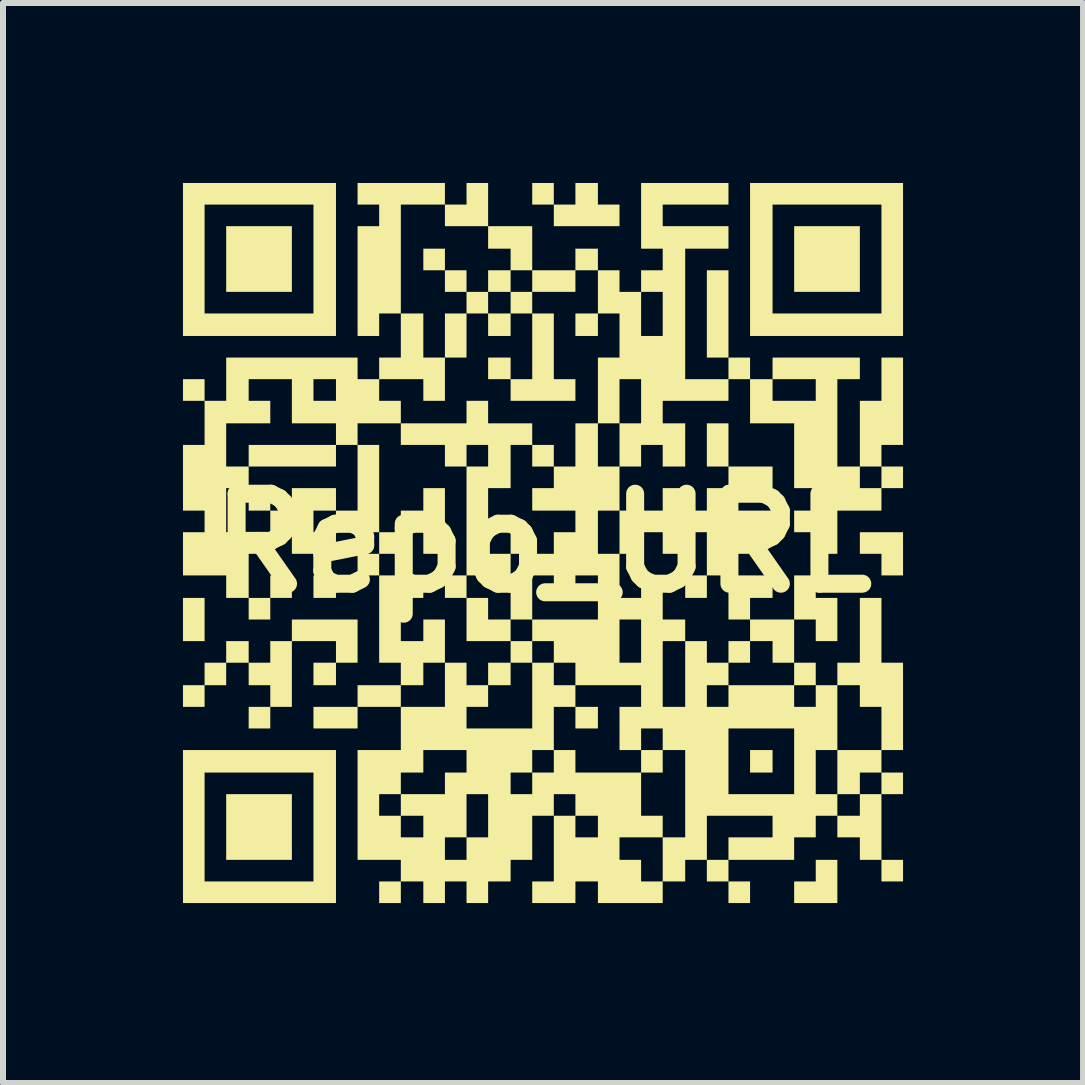
<source format=kicad_pcb>
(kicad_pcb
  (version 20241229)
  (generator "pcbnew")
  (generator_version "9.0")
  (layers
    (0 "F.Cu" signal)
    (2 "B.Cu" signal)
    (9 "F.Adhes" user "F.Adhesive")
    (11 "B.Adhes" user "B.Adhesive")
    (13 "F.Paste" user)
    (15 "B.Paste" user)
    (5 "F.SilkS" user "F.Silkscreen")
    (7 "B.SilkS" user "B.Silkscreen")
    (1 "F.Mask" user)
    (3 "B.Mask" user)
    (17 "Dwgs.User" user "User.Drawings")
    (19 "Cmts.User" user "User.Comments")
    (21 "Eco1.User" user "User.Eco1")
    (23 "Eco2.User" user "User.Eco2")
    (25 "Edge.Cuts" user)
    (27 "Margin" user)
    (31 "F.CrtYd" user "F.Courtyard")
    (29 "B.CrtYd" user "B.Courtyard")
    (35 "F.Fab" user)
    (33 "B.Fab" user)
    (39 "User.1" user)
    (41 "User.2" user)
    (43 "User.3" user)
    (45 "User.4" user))
  (footprint "Repo_URL"
    (layer "F.Cu")
    (at 6.001 6.001)
    (property "Reference" "Repo_URL" (at 0 0 0) (layer "F.SilkS") (effects (font (size 1.5 1.5) (thickness 0.3))))
    (attr board_only exclude_from_pos_files exclude_from_bom)
    (fp_poly (pts (xy -5.641 1.275) (xy -5.641 1.635) (xy -5.821 1.635) (xy -6.001 1.635) (xy -6.001 1.275) (xy -6.001 0.915) (xy -5.821 0.915) (xy -5.641 0.915)) (stroke (width 0) (type solid)) (fill yes) (layer "F.SilkS"))
    (fp_poly (pts (xy -4.546 -0.728) (xy -4.546 -0.54) (xy -4.726 -0.54) (xy -4.906 -0.54) (xy -4.906 -0.728) (xy -4.906 -0.915) (xy -4.726 -0.915) (xy -4.546 -0.915)) (stroke (width 0) (type solid)) (fill yes) (layer "F.SilkS"))
    (fp_poly (pts (xy -4.186 -4.733) (xy -4.186 -4.186) (xy -4.733 -4.186) (xy -5.281 -4.186) (xy -5.281 -4.733) (xy -5.281 -5.281) (xy -4.733 -5.281) (xy -4.186 -5.281)) (stroke (width 0) (type solid)) (fill yes) (layer "F.SilkS"))
    (fp_poly (pts (xy -4.186 4.733) (xy -4.186 5.281) (xy -4.733 5.281) (xy -5.281 5.281) (xy -5.281 4.733) (xy -5.281 4.186) (xy -4.733 4.186) (xy -4.186 4.186)) (stroke (width 0) (type solid)) (fill yes) (layer "F.SilkS"))
    (fp_poly (pts (xy -3.451 -1.455) (xy -3.451 -1.275) (xy -4.178 -1.275) (xy -4.906 -1.275) (xy -4.906 -1.455) (xy -4.906 -1.635) (xy -4.178 -1.635) (xy -3.451 -1.635)) (stroke (width 0) (type solid)) (fill yes) (layer "F.SilkS"))
    (fp_poly (pts (xy -3.451 0.728) (xy -3.451 0.915) (xy -3.638 0.915) (xy -3.826 0.915) (xy -3.826 0.728) (xy -3.826 0.54) (xy -3.638 0.54) (xy -3.451 0.54)) (stroke (width 0) (type solid)) (fill yes) (layer "F.SilkS"))
    (fp_poly (pts (xy -1.635 -4.726) (xy -1.635 -4.546) (xy -1.815 -4.546) (xy -1.995 -4.546) (xy -1.995 -4.726) (xy -1.995 -4.906) (xy -1.815 -4.906) (xy -1.635 -4.906)) (stroke (width 0) (type solid)) (fill yes) (layer "F.SilkS"))
    (fp_poly (pts (xy 0.18 -1.455) (xy 0.18 -1.275) (xy 0 -1.275) (xy -0.18 -1.275) (xy -0.18 -1.455) (xy -0.18 -1.635) (xy 0 -1.635) (xy 0.18 -1.635)) (stroke (width 0) (type solid)) (fill yes) (layer "F.SilkS"))
    (fp_poly (pts (xy 0.915 -3.638) (xy 0.915 -3.451) (xy 0.728 -3.451) (xy 0.54 -3.451) (xy 0.54 -3.638) (xy 0.54 -3.826) (xy 0.728 -3.826) (xy 0.915 -3.826)) (stroke (width 0) (type solid)) (fill yes) (layer "F.SilkS"))
    (fp_poly (pts (xy 0.915 2.911) (xy 0.915 3.091) (xy 0.728 3.091) (xy 0.54 3.091) (xy 0.54 2.911) (xy 0.54 2.731) (xy 0.728 2.731) (xy 0.915 2.731)) (stroke (width 0) (type solid)) (fill yes) (layer "F.SilkS"))
    (fp_poly (pts (xy 1.995 3.638) (xy 1.995 3.826) (xy 1.815 3.826) (xy 1.635 3.826) (xy 1.635 3.638) (xy 1.635 3.451) (xy 1.815 3.451) (xy 1.995 3.451)) (stroke (width 0) (type solid)) (fill yes) (layer "F.SilkS"))
    (fp_poly (pts (xy 2.731 0.728) (xy 2.731 0.915) (xy 2.551 0.915) (xy 2.37 0.915) (xy 2.37 0.728) (xy 2.37 0.54) (xy 2.551 0.54) (xy 2.731 0.54)) (stroke (width 0) (type solid)) (fill yes) (layer "F.SilkS"))
    (fp_poly (pts (xy 3.091 -3.818) (xy 3.091 -3.091) (xy 2.911 -3.091) (xy 2.731 -3.091) (xy 2.731 -3.818) (xy 2.731 -4.546) (xy 2.911 -4.546) (xy 3.091 -4.546)) (stroke (width 0) (type solid)) (fill yes) (layer "F.SilkS"))
    (fp_poly (pts (xy 3.091 -1.635) (xy 3.091 -1.275) (xy 2.911 -1.275) (xy 2.731 -1.275) (xy 2.731 -1.635) (xy 2.731 -1.995) (xy 2.911 -1.995) (xy 3.091 -1.995)) (stroke (width 0) (type solid)) (fill yes) (layer "F.SilkS"))
    (fp_poly (pts (xy 3.451 1.815) (xy 3.451 1.995) (xy 3.271 1.995) (xy 3.091 1.995) (xy 3.091 1.815) (xy 3.091 1.635) (xy 3.271 1.635) (xy 3.451 1.635)) (stroke (width 0) (type solid)) (fill yes) (layer "F.SilkS"))
    (fp_poly (pts (xy 3.451 5.821) (xy 3.451 6.001) (xy 3.271 6.001) (xy 3.091 6.001) (xy 3.091 5.821) (xy 3.091 5.641) (xy 3.271 5.641) (xy 3.451 5.641)) (stroke (width 0) (type solid)) (fill yes) (layer "F.SilkS"))
    (fp_poly (pts (xy 3.826 3.638) (xy 3.826 3.826) (xy 3.638 3.826) (xy 3.451 3.826) (xy 3.451 3.638) (xy 3.451 3.451) (xy 3.638 3.451) (xy 3.826 3.451)) (stroke (width 0) (type solid)) (fill yes) (layer "F.SilkS"))
    (fp_poly (pts (xy 5.281 -4.733) (xy 5.281 -4.186) (xy 4.733 -4.186) (xy 4.186 -4.186) (xy 4.186 -4.733) (xy 4.186 -5.281) (xy 4.733 -5.281) (xy 5.281 -5.281)) (stroke (width 0) (type solid)) (fill yes) (layer "F.SilkS"))
    (fp_poly (pts (xy 6.001 5.461) (xy 6.001 5.641) (xy 5.821 5.641) (xy 5.641 5.641) (xy 5.641 5.461) (xy 5.641 5.281) (xy 5.821 5.281) (xy 6.001 5.281)) (stroke (width 0) (type solid)) (fill yes) (layer "F.SilkS"))
    (fp_poly (pts (xy 4.906 5.641) (xy 4.906 6.001) (xy 4.546 6.001) (xy 4.186 6.001) (xy 4.186 5.821) (xy 4.186 5.641) (xy 4.366 5.641) (xy 4.546 5.641) (xy 4.546 5.461) (xy 4.546 5.281) (xy 4.726 5.281) (xy 4.906 5.281)) (stroke (width 0) (type solid)) (fill yes) (layer "F.SilkS"))
    (fp_poly (pts (xy 6.001 0.18) (xy 6.001 0.54) (xy 5.821 0.54) (xy 5.641 0.54) (xy 5.641 0.36) (xy 5.641 0.18) (xy 5.461 0.18) (xy 5.281 0.18) (xy 5.281 0) (xy 5.281 -0.18) (xy 5.641 -0.18) (xy 6.001 -0.18)) (stroke (width 0) (type solid)) (fill yes) (layer "F.SilkS"))
    (fp_poly (pts (xy -2.37 0) (xy -2.37 0.18) (xy -2.551 0.18) (xy -2.731 0.18) (xy -2.731 0.36) (xy -2.731 0.54) (xy -2.911 0.54) (xy -3.091 0.54) (xy -3.091 0.36) (xy -3.091 0.18) (xy -2.911 0.18) (xy -2.731 0.18) (xy -2.731 0) (xy -2.731 -0.18) (xy -2.551 -0.18) (xy -2.37 -0.18)) (stroke (width 0) (type solid)) (fill yes) (layer "F.SilkS"))
    (fp_poly (pts (xy -1.635 -0.368) (xy -1.635 0.18) (xy -1.815 0.18) (xy -1.995 0.18) (xy -1.995 0) (xy -1.995 -0.18) (xy -2.183 -0.18) (xy -2.37 -0.18) (xy -2.37 -0.36) (xy -2.37 -0.54) (xy -2.183 -0.54) (xy -1.995 -0.54) (xy -1.995 -0.728) (xy -1.995 -0.915) (xy -1.815 -0.915) (xy -1.635 -0.915)) (stroke (width 0) (type solid)) (fill yes) (layer "F.SilkS"))
    (fp_poly (pts (xy -0.18 1.815) (xy -0.18 1.995) (xy -0.36 1.995) (xy -0.54 1.995) (xy -0.54 2.183) (xy -0.54 2.37) (xy -0.728 2.37) (xy -0.915 2.37) (xy -0.915 2.183) (xy -0.915 1.995) (xy -0.728 1.995) (xy -0.54 1.995) (xy -0.54 1.815) (xy -0.54 1.635) (xy -0.36 1.635) (xy -0.18 1.635)) (stroke (width 0) (type solid)) (fill yes) (layer "F.SilkS"))
    (fp_poly (pts (xy -3.451 -4.726) (xy -3.451 -3.451) (xy -4.726 -3.451) (xy -6.001 -3.451) (xy -6.001 -4.726) (xy -6.001 -4.733) (xy -5.641 -4.733) (xy -5.641 -3.826) (xy -4.733 -3.826) (xy -3.826 -3.826) (xy -3.826 -4.733) (xy -3.826 -5.641) (xy -4.733 -5.641) (xy -5.641 -5.641) (xy -5.641 -4.733) (xy -6.001 -4.733) (xy -6.001 -6.001) (xy -4.726 -6.001) (xy -3.451 -6.001)) (stroke (width 0) (type solid)) (fill yes) (layer "F.SilkS"))
    (fp_poly (pts (xy -3.451 4.726) (xy -3.451 6.001) (xy -4.726 6.001) (xy -6.001 6.001) (xy -6.001 4.733) (xy -5.641 4.733) (xy -5.641 5.641) (xy -4.733 5.641) (xy -3.826 5.641) (xy -3.826 4.733) (xy -3.826 3.826) (xy -4.733 3.826) (xy -5.641 3.826) (xy -5.641 4.733) (xy -6.001 4.733) (xy -6.001 4.726) (xy -6.001 3.451) (xy -4.726 3.451) (xy -3.451 3.451)) (stroke (width 0) (type solid)) (fill yes) (layer "F.SilkS"))
    (fp_poly (pts (xy 6.001 -4.726) (xy 6.001 -3.451) (xy 4.726 -3.451) (xy 3.451 -3.451) (xy 3.451 -4.726) (xy 3.451 -4.733) (xy 3.826 -4.733) (xy 3.826 -3.826) (xy 4.733 -3.826) (xy 5.641 -3.826) (xy 5.641 -4.733) (xy 5.641 -5.641) (xy 4.733 -5.641) (xy 3.826 -5.641) (xy 3.826 -4.733) (xy 3.451 -4.733) (xy 3.451 -6.001) (xy 4.726 -6.001) (xy 6.001 -6.001)) (stroke (width 0) (type solid)) (fill yes) (layer "F.SilkS"))
    (fp_poly (pts (xy -0.18 0.908) (xy -0.18 1.275) (xy -0.36 1.275) (xy -0.54 1.275) (xy -0.54 1.455) (xy -0.54 1.635) (xy -0.908 1.635) (xy -1.275 1.635) (xy -1.275 1.275) (xy -1.275 0.915) (xy -1.095 0.915) (xy -0.915 0.915) (xy -0.915 1.095) (xy -0.915 1.275) (xy -0.728 1.275) (xy -0.54 1.275) (xy -0.54 0.908) (xy -0.54 0.54) (xy -0.36 0.54) (xy -0.18 0.54)) (stroke (width 0) (type solid)) (fill yes) (layer "F.SilkS"))
    (fp_poly (pts (xy 0.18 -5.821) (xy 0.18 -5.641) (xy 0.36 -5.641) (xy 0.54 -5.641) (xy 0.54 -5.821) (xy 0.54 -6.001) (xy 0.728 -6.001) (xy 0.915 -6.001) (xy 0.915 -5.821) (xy 0.915 -5.641) (xy 1.095 -5.641) (xy 1.275 -5.641) (xy 1.275 -5.461) (xy 1.275 -5.281) (xy 0.728 -5.281) (xy 0.18 -5.281) (xy 0.18 -5.461) (xy 0.18 -5.641) (xy 0 -5.641) (xy -0.18 -5.641) (xy -0.18 -5.821) (xy -0.18 -6.001) (xy 0 -6.001) (xy 0.18 -6.001)) (stroke (width 0) (type solid)) (fill yes) (layer "F.SilkS"))
    (fp_poly (pts (xy 0.18 -3.278) (xy 0.18 -2.731) (xy 0.36 -2.731) (xy 0.54 -2.731) (xy 0.54 -2.551) (xy 0.54 -2.37) (xy 0 -2.37) (xy -0.54 -2.37) (xy -0.54 -2.551) (xy -0.54 -2.731) (xy -0.728 -2.731) (xy -0.915 -2.731) (xy -0.915 -2.911) (xy -0.915 -3.091) (xy -0.728 -3.091) (xy -0.54 -3.091) (xy -0.54 -2.911) (xy -0.54 -2.731) (xy -0.36 -2.731) (xy -0.18 -2.731) (xy -0.18 -3.278) (xy -0.18 -3.826) (xy 0 -3.826) (xy 0.18 -3.826)) (stroke (width 0) (type solid)) (fill yes) (layer "F.SilkS"))
    (fp_poly (pts (xy -0.18 -4.913) (xy -0.18 -4.546) (xy 0.18 -4.546) (xy 0.54 -4.546) (xy 0.54 -4.726) (xy 0.54 -4.906) (xy 0.728 -4.906) (xy 0.915 -4.906) (xy 0.915 -4.726) (xy 0.915 -4.546) (xy 0.728 -4.546) (xy 0.54 -4.546) (xy 0.54 -4.366) (xy 0.54 -4.186) (xy 0.18 -4.186) (xy -0.18 -4.186) (xy -0.18 -4.366) (xy -0.18 -4.546) (xy -0.36 -4.546) (xy -0.54 -4.546) (xy -0.54 -4.726) (xy -0.54 -4.906) (xy -0.728 -4.906) (xy -0.915 -4.906) (xy -0.915 -5.094) (xy -0.915 -5.281) (xy -0.548 -5.281) (xy -0.18 -5.281)) (stroke (width 0) (type solid)) (fill yes) (layer "F.SilkS"))
    (fp_poly (pts (xy -1.635 -5.821) (xy -1.635 -5.641) (xy -1.455 -5.641) (xy -1.275 -5.641) (xy -1.275 -5.821) (xy -1.275 -6.001) (xy -1.095 -6.001) (xy -0.915 -6.001) (xy -0.915 -5.641) (xy -0.915 -5.281) (xy -1.275 -5.281) (xy -1.635 -5.281) (xy -1.635 -5.461) (xy -1.635 -5.641) (xy -2.003 -5.641) (xy -2.37 -5.641) (xy -2.37 -4.733) (xy -2.37 -3.826) (xy -2.551 -3.826) (xy -2.731 -3.826) (xy -2.731 -3.638) (xy -2.731 -3.451) (xy -2.911 -3.451) (xy -3.091 -3.451) (xy -3.091 -4.366) (xy -3.091 -5.281) (xy -2.911 -5.281) (xy -2.731 -5.281) (xy -2.731 -5.461) (xy -2.731 -5.641) (xy -2.911 -5.641) (xy -3.091 -5.641) (xy -3.091 -5.821) (xy -3.091 -6.001) (xy -2.363 -6.001) (xy -1.635 -6.001)) (stroke (width 0) (type solid)) (fill yes) (layer "F.SilkS"))
    (fp_poly (pts (xy 3.826 0.728) (xy 3.826 0.915) (xy 3.638 0.915) (xy 3.451 0.915) (xy 3.451 1.095) (xy 3.451 1.275) (xy 3.818 1.275) (xy 4.186 1.275) (xy 4.186 0.908) (xy 4.186 0.54) (xy 4.366 0.54) (xy 4.546 0.54) (xy 4.546 0.728) (xy 4.546 0.915) (xy 4.726 0.915) (xy 4.906 0.915) (xy 4.906 1.275) (xy 4.906 1.635) (xy 4.726 1.635) (xy 4.546 1.635) (xy 4.546 1.455) (xy 4.546 1.275) (xy 4.366 1.275) (xy 4.186 1.275) (xy 4.186 1.635) (xy 4.186 1.995) (xy 4.006 1.995) (xy 3.826 1.995) (xy 3.826 1.815) (xy 3.826 1.635) (xy 3.638 1.635) (xy 3.451 1.635) (xy 3.451 1.455) (xy 3.451 1.275) (xy 3.271 1.275) (xy 3.091 1.275) (xy 3.091 0.908) (xy 3.091 0.54) (xy 3.458 0.54) (xy 3.826 0.54)) (stroke (width 0) (type solid)) (fill yes) (layer "F.SilkS"))
    (fp_poly (pts (xy -1.275 -4.366) (xy -1.275 -4.186) (xy -1.095 -4.186) (xy -0.915 -4.186) (xy -0.915 -4.366) (xy -0.915 -4.546) (xy -0.728 -4.546) (xy -0.54 -4.546) (xy -0.54 -4.366) (xy -0.54 -4.186) (xy -0.728 -4.186) (xy -0.915 -4.186) (xy -0.915 -4.006) (xy -0.915 -3.826) (xy -0.728 -3.826) (xy -0.54 -3.826) (xy -0.54 -4.006) (xy -0.54 -4.186) (xy -0.36 -4.186) (xy -0.18 -4.186) (xy -0.18 -4.006) (xy -0.18 -3.826) (xy -0.36 -3.826) (xy -0.54 -3.826) (xy -0.54 -3.638) (xy -0.54 -3.451) (xy -0.728 -3.451) (xy -0.915 -3.451) (xy -0.915 -3.638) (xy -0.915 -3.826) (xy -1.095 -3.826) (xy -1.275 -3.826) (xy -1.275 -3.458) (xy -1.275 -3.091) (xy -1.455 -3.091) (xy -1.635 -3.091) (xy -1.635 -3.458) (xy -1.635 -3.826) (xy -1.455 -3.826) (xy -1.275 -3.826) (xy -1.275 -4.006) (xy -1.275 -4.186) (xy -1.455 -4.186) (xy -1.635 -4.186) (xy -1.635 -4.366) (xy -1.635 -4.546) (xy -1.455 -4.546) (xy -1.275 -4.546)) (stroke (width 0) (type solid)) (fill yes) (layer "F.SilkS"))
    (fp_poly (pts (xy -0.915 -2.183) (xy -0.915 -1.995) (xy -0.548 -1.995) (xy -0.18 -1.995) (xy -0.18 -1.815) (xy -0.18 -1.635) (xy -0.36 -1.635) (xy -0.54 -1.635) (xy -0.54 -1.275) (xy -0.54 -0.915) (xy -0.728 -0.915) (xy -0.915 -0.915) (xy -0.915 -0.368) (xy -0.915 0.18) (xy -0.728 0.18) (xy -0.54 0.18) (xy -0.54 0) (xy -0.54 -0.18) (xy -0.36 -0.18) (xy -0.18 -0.18) (xy -0.18 0) (xy -0.18 0.18) (xy -0.36 0.18) (xy -0.54 0.18) (xy -0.54 0.36) (xy -0.54 0.54) (xy -0.908 0.54) (xy -1.275 0.54) (xy -1.275 0.728) (xy -1.275 0.915) (xy -1.455 0.915) (xy -1.635 0.915) (xy -1.635 0.728) (xy -1.635 0.54) (xy -1.455 0.54) (xy -1.275 0.54) (xy -1.275 -0.368) (xy -1.275 -1.275) (xy -1.455 -1.275) (xy -1.635 -1.275) (xy -1.635 -1.455) (xy -1.275 -1.455) (xy -1.275 -1.275) (xy -1.095 -1.275) (xy -0.915 -1.275) (xy -0.915 -1.455) (xy -0.915 -1.635) (xy -1.095 -1.635) (xy -1.275 -1.635) (xy -1.275 -1.455) (xy -1.635 -1.455) (xy -1.635 -1.635) (xy -2.003 -1.635) (xy -2.37 -1.635) (xy -2.37 -1.815) (xy -2.37 -1.995) (xy -1.823 -1.995) (xy -1.275 -1.995) (xy -1.275 -2.183) (xy -1.275 -2.37) (xy -1.095 -2.37) (xy -0.915 -2.37)) (stroke (width 0) (type solid)) (fill yes) (layer "F.SilkS"))
    (fp_poly (pts (xy -3.091 1.635) (xy -3.091 1.995) (xy -3.271 1.995) (xy -3.451 1.995) (xy -3.451 2.183) (xy -3.451 2.37) (xy -3.638 2.37) (xy -3.826 2.37) (xy -3.826 2.183) (xy -3.826 1.995) (xy -3.638 1.995) (xy -3.451 1.995) (xy -3.451 1.815) (xy -3.451 1.635) (xy -3.818 1.635) (xy -4.186 1.635) (xy -4.186 2.183) (xy -4.186 2.731) (xy -4.366 2.731) (xy -4.546 2.731) (xy -4.546 2.911) (xy -4.546 3.091) (xy -4.726 3.091) (xy -4.906 3.091) (xy -4.906 2.911) (xy -4.906 2.731) (xy -4.726 2.731) (xy -4.546 2.731) (xy -4.546 2.551) (xy -4.546 2.37) (xy -4.726 2.37) (xy -4.906 2.37) (xy -4.906 2.183) (xy -4.906 1.995) (xy -5.094 1.995) (xy -5.281 1.995) (xy -5.281 2.183) (xy -5.281 2.37) (xy -5.461 2.37) (xy -5.641 2.37) (xy -5.641 2.551) (xy -5.641 2.731) (xy -5.821 2.731) (xy -6.001 2.731) (xy -6.001 2.551) (xy -6.001 2.37) (xy -5.821 2.37) (xy -5.641 2.37) (xy -5.641 2.183) (xy -5.641 1.995) (xy -5.461 1.995) (xy -5.281 1.995) (xy -5.281 1.815) (xy -5.281 1.635) (xy -5.094 1.635) (xy -4.906 1.635) (xy -4.906 1.815) (xy -4.906 1.995) (xy -4.726 1.995) (xy -4.546 1.995) (xy -4.546 1.815) (xy -4.546 1.635) (xy -4.366 1.635) (xy -4.186 1.635) (xy -4.186 1.455) (xy -4.186 1.275) (xy -3.638 1.275) (xy -3.091 1.275)) (stroke (width 0) (type solid)) (fill yes) (layer "F.SilkS"))
    (fp_poly (pts (xy -1.995 -3.458) (xy -1.995 -3.091) (xy -1.815 -3.091) (xy -1.635 -3.091) (xy -1.635 -2.731) (xy -1.635 -2.37) (xy -1.815 -2.37) (xy -1.995 -2.37) (xy -1.995 -2.551) (xy -1.995 -2.731) (xy -2.363 -2.731) (xy -2.731 -2.731) (xy -2.731 -2.551) (xy -2.731 -2.37) (xy -2.551 -2.37) (xy -2.37 -2.37) (xy -2.37 -2.183) (xy -2.37 -1.995) (xy -2.731 -1.995) (xy -3.091 -1.995) (xy -3.091 -1.815) (xy -3.091 -1.635) (xy -3.271 -1.635) (xy -3.451 -1.635) (xy -3.451 -1.815) (xy -3.451 -1.995) (xy -3.818 -1.995) (xy -4.186 -1.995) (xy -4.186 -2.363) (xy -4.186 -2.551) (xy -3.826 -2.551) (xy -3.826 -2.37) (xy -3.638 -2.37) (xy -3.451 -2.37) (xy -3.451 -2.551) (xy -3.451 -2.731) (xy -3.638 -2.731) (xy -3.826 -2.731) (xy -3.826 -2.551) (xy -4.186 -2.551) (xy -4.186 -2.731) (xy -4.546 -2.731) (xy -4.906 -2.731) (xy -4.906 -2.551) (xy -4.906 -2.37) (xy -4.726 -2.37) (xy -4.546 -2.37) (xy -4.546 -2.183) (xy -4.546 -1.995) (xy -4.913 -1.995) (xy -5.281 -1.995) (xy -5.281 -1.635) (xy -5.281 -1.275) (xy -5.094 -1.275) (xy -4.906 -1.275) (xy -4.906 -1.095) (xy -4.906 -0.915) (xy -5.094 -0.915) (xy -5.281 -0.915) (xy -5.281 -0.548) (xy -5.281 -0.18) (xy -4.913 -0.18) (xy -4.546 -0.18) (xy -4.546 -0.36) (xy -4.546 -0.54) (xy -4.366 -0.54) (xy -4.186 -0.54) (xy -4.186 -0.728) (xy -4.186 -0.915) (xy -3.818 -0.915) (xy -3.451 -0.915) (xy -3.451 -0.728) (xy -3.451 -0.54) (xy -3.638 -0.54) (xy -3.826 -0.54) (xy -3.826 -0.36) (xy -3.826 -0.18) (xy -3.638 -0.18) (xy -3.451 -0.18) (xy -3.451 -0.36) (xy -3.451 -0.54) (xy -3.271 -0.54) (xy -3.091 -0.54) (xy -3.091 -1.088) (xy -3.091 -1.635) (xy -2.911 -1.635) (xy -2.731 -1.635) (xy -2.731 -0.908) (xy -2.731 -0.18) (xy -3.091 -0.18) (xy -3.451 -0.18) (xy -3.451 0) (xy -3.451 0.18) (xy -3.818 0.18) (xy -4.186 0.18) (xy -4.186 0) (xy -4.186 -0.18) (xy -4.366 -0.18) (xy -4.546 -0.18) (xy -4.546 0) (xy -4.546 0.18) (xy -4.726 0.18) (xy -4.906 0.18) (xy -4.906 0.548) (xy -4.906 0.915) (xy -4.726 0.915) (xy -4.546 0.915) (xy -4.546 0.728) (xy -4.546 0.54) (xy -4.366 0.54) (xy -4.186 0.54) (xy -4.186 0.728) (xy -4.186 0.915) (xy -4.366 0.915) (xy -4.546 0.915) (xy -4.546 1.095) (xy -4.546 1.275) (xy -4.726 1.275) (xy -4.906 1.275) (xy -4.906 1.095) (xy -4.906 0.915) (xy -5.094 0.915) (xy -5.281 0.915) (xy -5.281 0.728) (xy -5.281 0.54) (xy -5.641 0.54) (xy -6.001 0.54) (xy -6.001 0.18) (xy -6.001 -0.18) (xy -5.821 -0.18) (xy -5.641 -0.18) (xy -5.641 -0.36) (xy -5.641 -0.54) (xy -5.821 -0.54) (xy -6.001 -0.54) (xy -6.001 -1.088) (xy -6.001 -1.635) (xy -5.821 -1.635) (xy -5.641 -1.635) (xy -5.641 -2.003) (xy -5.641 -2.37) (xy -5.821 -2.37) (xy -6.001 -2.37) (xy -6.001 -2.551) (xy -6.001 -2.731) (xy -5.821 -2.731) (xy -5.641 -2.731) (xy -5.641 -2.551) (xy -5.641 -2.37) (xy -5.461 -2.37) (xy -5.281 -2.37) (xy -5.281 -2.731) (xy -5.281 -3.091) (xy -4.186 -3.091) (xy -3.091 -3.091) (xy -3.091 -2.911) (xy -3.091 -2.731) (xy -2.911 -2.731) (xy -2.731 -2.731) (xy -2.731 -2.911) (xy -2.731 -3.091) (xy -2.551 -3.091) (xy -2.37 -3.091) (xy -2.37 -3.458) (xy -2.37 -3.826) (xy -2.183 -3.826) (xy -1.995 -3.826)) (stroke (width 0) (type solid)) (fill yes) (layer "F.SilkS"))
    (fp_poly (pts (xy 3.091 -5.821) (xy 3.091 -5.641) (xy 2.543 -5.641) (xy 1.995 -5.641) (xy 1.995 -5.461) (xy 1.995 -5.281) (xy 2.543 -5.281) (xy 3.091 -5.281) (xy 3.091 -5.094) (xy 3.091 -4.906) (xy 2.731 -4.906) (xy 2.37 -4.906) (xy 2.37 -3.818) (xy 2.37 -2.731) (xy 2.731 -2.731) (xy 3.091 -2.731) (xy 3.091 -2.911) (xy 3.091 -3.091) (xy 3.271 -3.091) (xy 3.451 -3.091) (xy 3.451 -2.911) (xy 3.451 -2.731) (xy 3.638 -2.731) (xy 3.826 -2.731) (xy 3.826 -2.911) (xy 3.826 -3.091) (xy 4.553 -3.091) (xy 5.281 -3.091) (xy 5.281 -2.911) (xy 5.281 -2.731) (xy 5.094 -2.731) (xy 4.906 -2.731) (xy 4.906 -2.003) (xy 4.906 -1.275) (xy 5.094 -1.275) (xy 5.281 -1.275) (xy 5.281 -1.823) (xy 5.281 -2.37) (xy 5.461 -2.37) (xy 5.641 -2.37) (xy 5.641 -2.731) (xy 5.641 -3.091) (xy 5.821 -3.091) (xy 6.001 -3.091) (xy 6.001 -2.363) (xy 6.001 -1.635) (xy 5.821 -1.635) (xy 5.641 -1.635) (xy 5.641 -1.455) (xy 5.641 -1.275) (xy 5.461 -1.275) (xy 5.281 -1.275) (xy 5.281 -1.095) (xy 5.281 -0.915) (xy 5.461 -0.915) (xy 5.641 -0.915) (xy 5.641 -1.095) (xy 5.641 -1.275) (xy 5.821 -1.275) (xy 6.001 -1.275) (xy 6.001 -1.095) (xy 6.001 -0.915) (xy 5.821 -0.915) (xy 5.641 -0.915) (xy 5.641 -0.728) (xy 5.641 -0.54) (xy 5.274 -0.54) (xy 4.906 -0.54) (xy 4.906 -0.18) (xy 4.906 0.18) (xy 4.726 0.18) (xy 4.546 0.18) (xy 4.546 0) (xy 4.546 -0.18) (xy 4.366 -0.18) (xy 4.186 -0.18) (xy 4.186 -0.36) (xy 4.186 -0.54) (xy 4.366 -0.54) (xy 4.546 -0.54) (xy 4.546 -0.728) (xy 4.546 -0.915) (xy 4.366 -0.915) (xy 4.186 -0.915) (xy 4.186 -1.455) (xy 4.186 -1.995) (xy 3.818 -1.995) (xy 3.451 -1.995) (xy 3.451 -2.363) (xy 3.451 -2.551) (xy 3.826 -2.551) (xy 3.826 -2.37) (xy 4.186 -2.37) (xy 4.546 -2.37) (xy 4.546 -2.551) (xy 4.546 -2.731) (xy 4.186 -2.731) (xy 3.826 -2.731) (xy 3.826 -2.551) (xy 3.451 -2.551) (xy 3.451 -2.731) (xy 3.271 -2.731) (xy 3.091 -2.731) (xy 3.091 -2.551) (xy 3.091 -2.37) (xy 2.543 -2.37) (xy 1.995 -2.37) (xy 1.995 -2.183) (xy 1.995 -1.995) (xy 2.183 -1.995) (xy 2.37 -1.995) (xy 2.37 -1.635) (xy 2.37 -1.275) (xy 2.183 -1.275) (xy 1.995 -1.275) (xy 1.995 -1.455) (xy 1.995 -1.635) (xy 1.815 -1.635) (xy 1.635 -1.635) (xy 1.635 -1.455) (xy 1.635 -1.275) (xy 1.455 -1.275) (xy 1.275 -1.275) (xy 1.275 -0.908) (xy 1.275 -0.54) (xy 1.635 -0.54) (xy 1.995 -0.54) (xy 1.995 -0.728) (xy 1.995 -0.915) (xy 2.183 -0.915) (xy 2.37 -0.915) (xy 2.37 -0.728) (xy 2.37 -0.54) (xy 2.551 -0.54) (xy 2.731 -0.54) (xy 2.731 -0.728) (xy 2.731 -0.915) (xy 2.911 -0.915) (xy 3.091 -0.915) (xy 3.091 -1.095) (xy 3.091 -1.275) (xy 3.458 -1.275) (xy 3.826 -1.275) (xy 3.826 -1.095) (xy 3.826 -0.915) (xy 3.458 -0.915) (xy 3.091 -0.915) (xy 3.091 -0.728) (xy 3.091 -0.54) (xy 3.458 -0.54) (xy 3.826 -0.54) (xy 3.826 -0.36) (xy 3.826 -0.18) (xy 3.638 -0.18) (xy 3.451 -0.18) (xy 3.451 0) (xy 3.451 0.18) (xy 3.271 0.18) (xy 3.091 0.18) (xy 3.091 0.36) (xy 3.091 0.54) (xy 2.911 0.54) (xy 2.731 0.54) (xy 2.731 0.18) (xy 2.731 -0.18) (xy 2.551 -0.18) (xy 2.37 -0.18) (xy 2.37 0) (xy 2.37 0.18) (xy 2.183 0.18) (xy 1.995 0.18) (xy 1.995 0) (xy 1.995 -0.18) (xy 1.815 -0.18) (xy 1.635 -0.18) (xy 1.635 0) (xy 1.635 0.18) (xy 1.455 0.18) (xy 1.275 0.18) (xy 1.275 -0.18) (xy 1.275 -0.54) (xy 1.095 -0.54) (xy 0.915 -0.54) (xy 0.915 -0.18) (xy 0.915 0.18) (xy 1.095 0.18) (xy 1.275 0.18) (xy 1.275 0.548) (xy 1.275 0.915) (xy 1.455 0.915) (xy 1.635 0.915) (xy 1.635 0.728) (xy 1.635 0.54) (xy 1.815 0.54) (xy 1.995 0.54) (xy 1.995 0.908) (xy 1.995 1.275) (xy 2.183 1.275) (xy 2.37 1.275) (xy 2.37 1.455) (xy 2.37 1.635) (xy 2.183 1.635) (xy 1.995 1.635) (xy 1.995 2.183) (xy 1.995 2.731) (xy 2.183 2.731) (xy 2.37 2.731) (xy 2.37 2.183) (xy 2.37 1.635) (xy 2.551 1.635) (xy 2.731 1.635) (xy 2.731 1.815) (xy 2.731 1.995) (xy 2.911 1.995) (xy 3.091 1.995) (xy 3.091 2.183) (xy 3.091 2.37) (xy 2.911 2.37) (xy 2.731 2.37) (xy 2.731 2.551) (xy 2.731 2.731) (xy 2.911 2.731) (xy 3.091 2.731) (xy 3.091 2.551) (xy 4.186 2.551) (xy 4.186 2.731) (xy 4.366 2.731) (xy 4.546 2.731) (xy 4.546 2.551) (xy 4.546 2.37) (xy 4.366 2.37) (xy 4.186 2.37) (xy 4.186 2.551) (xy 3.091 2.551) (xy 3.091 2.37) (xy 3.638 2.37) (xy 4.186 2.37) (xy 4.186 2.183) (xy 4.186 1.995) (xy 4.366 1.995) (xy 4.546 1.995) (xy 4.546 2.183) (xy 4.546 2.37) (xy 4.726 2.37) (xy 4.906 2.37) (xy 4.906 2.183) (xy 4.906 1.995) (xy 5.094 1.995) (xy 5.281 1.995) (xy 5.281 1.455) (xy 5.281 0.915) (xy 5.461 0.915) (xy 5.641 0.915) (xy 5.641 1.455) (xy 5.641 1.995) (xy 5.821 1.995) (xy 6.001 1.995) (xy 6.001 2.723) (xy 6.001 3.451) (xy 5.821 3.451) (xy 5.641 3.451) (xy 5.641 3.638) (xy 5.641 3.826) (xy 5.461 3.826) (xy 5.281 3.826) (xy 5.281 4.006) (xy 5.281 4.186) (xy 5.094 4.186) (xy 4.906 4.186) (xy 4.906 3.818) (xy 4.906 3.451) (xy 5.274 3.451) (xy 5.641 3.451) (xy 5.641 3.091) (xy 5.641 2.731) (xy 5.461 2.731) (xy 5.281 2.731) (xy 5.281 2.551) (xy 5.281 2.37) (xy 5.094 2.37) (xy 4.906 2.37) (xy 4.906 2.911) (xy 4.906 3.451) (xy 4.726 3.451) (xy 4.546 3.451) (xy 4.546 3.818) (xy 4.546 4.186) (xy 4.726 4.186) (xy 4.906 4.186) (xy 4.906 4.366) (xy 4.906 4.546) (xy 5.094 4.546) (xy 5.281 4.546) (xy 5.281 4.366) (xy 5.281 4.186) (xy 5.461 4.186) (xy 5.641 4.186) (xy 5.641 4.006) (xy 5.641 3.826) (xy 5.821 3.826) (xy 6.001 3.826) (xy 6.001 4.006) (xy 6.001 4.186) (xy 5.821 4.186) (xy 5.641 4.186) (xy 5.641 4.733) (xy 5.641 5.281) (xy 5.461 5.281) (xy 5.281 5.281) (xy 5.281 5.094) (xy 5.281 4.906) (xy 5.094 4.906) (xy 4.906 4.906) (xy 4.906 4.726) (xy 4.906 4.546) (xy 4.726 4.546) (xy 4.546 4.546) (xy 4.546 4.726) (xy 4.546 4.906) (xy 4.366 4.906) (xy 4.186 4.906) (xy 4.186 5.094) (xy 4.186 5.281) (xy 3.638 5.281) (xy 3.091 5.281) (xy 3.091 5.461) (xy 3.091 5.641) (xy 2.911 5.641) (xy 2.731 5.641) (xy 2.731 5.461) (xy 2.731 5.281) (xy 2.551 5.281) (xy 2.37 5.281) (xy 2.37 5.461) (xy 2.37 5.641) (xy 2.183 5.641) (xy 1.995 5.641) (xy 1.995 5.821) (xy 1.995 6.001) (xy 1.455 6.001) (xy 0.915 6.001) (xy 0.915 5.821) (xy 0.915 5.641) (xy 0.728 5.641) (xy 0.54 5.641) (xy 0.54 5.821) (xy 0.54 6.001) (xy 0.18 6.001) (xy -0.18 6.001) (xy -0.18 5.821) (xy -0.18 5.641) (xy 0 5.641) (xy 0.18 5.641) (xy 0.18 5.094) (xy 0.18 4.726) (xy 0.54 4.726) (xy 0.54 4.906) (xy 0.728 4.906) (xy 0.915 4.906) (xy 0.915 4.726) (xy 0.915 4.546) (xy 0.728 4.546) (xy 0.54 4.546) (xy 0.54 4.726) (xy 0.18 4.726) (xy 0.18 4.546) (xy 0 4.546) (xy -0.18 4.546) (xy -0.18 4.913) (xy -0.18 5.281) (xy -0.36 5.281) (xy -0.54 5.281) (xy -0.54 5.461) (xy -0.54 5.641) (xy -0.728 5.641) (xy -0.915 5.641) (xy -0.915 5.821) (xy -0.915 6.001) (xy -1.095 6.001) (xy -1.275 6.001) (xy -1.275 5.821) (xy -1.275 5.641) (xy -1.455 5.641) (xy -1.635 5.641) (xy -1.635 5.821) (xy -1.635 6.001) (xy -1.815 6.001) (xy -1.995 6.001) (xy -1.995 5.821) (xy -1.995 5.641) (xy -2.183 5.641) (xy -2.37 5.641) (xy -2.37 5.821) (xy -2.37 6.001) (xy -2.551 6.001) (xy -2.731 6.001) (xy -2.731 5.821) (xy -2.731 5.641) (xy -2.551 5.641) (xy -2.37 5.641) (xy -2.37 5.461) (xy -2.37 5.281) (xy -2.731 5.281) (xy -3.091 5.281) (xy -3.091 4.726) (xy -2.37 4.726) (xy -2.37 4.906) (xy -2.183 4.906) (xy -1.995 4.906) (xy -1.635 4.906) (xy -1.635 5.094) (xy -1.635 5.281) (xy -1.455 5.281) (xy -1.275 5.281) (xy -1.275 5.094) (xy -1.275 4.906) (xy -1.095 4.906) (xy -0.915 4.906) (xy -0.915 4.546) (xy -0.915 4.366) (xy 0.18 4.366) (xy 0.18 4.546) (xy 0.36 4.546) (xy 0.54 4.546) (xy 0.54 4.366) (xy 0.54 4.186) (xy 0.36 4.186) (xy 0.18 4.186) (xy 0.18 4.366) (xy -0.915 4.366) (xy -0.915 4.186) (xy -1.095 4.186) (xy -1.275 4.186) (xy -1.275 4.546) (xy -1.275 4.906) (xy -1.455 4.906) (xy -1.635 4.906) (xy -1.995 4.906) (xy -1.995 4.726) (xy -1.995 4.546) (xy -2.183 4.546) (xy -2.37 4.546) (xy -2.37 4.726) (xy -3.091 4.726) (xy -3.091 4.366) (xy -3.091 4.186) (xy -2.731 4.186) (xy -2.731 4.366) (xy -2.731 4.546) (xy -2.551 4.546) (xy -2.37 4.546) (xy -2.37 4.366) (xy -2.37 4.186) (xy -2.003 4.186) (xy -1.635 4.186) (xy -1.635 4.006) (xy -1.635 3.826) (xy -1.455 3.826) (xy -1.275 3.826) (xy -0.54 3.826) (xy -0.54 4.006) (xy -0.54 4.186) (xy -0.36 4.186) (xy -0.18 4.186) (xy -0.18 4.006) (xy -0.18 3.826) (xy 0 3.826) (xy 0.18 3.826) (xy 0.18 3.638) (xy 0.18 3.451) (xy 0.36 3.451) (xy 0.54 3.451) (xy 0.54 3.638) (xy 0.54 3.826) (xy 1.088 3.826) (xy 1.635 3.826) (xy 1.635 4.186) (xy 1.635 4.546) (xy 1.815 4.546) (xy 1.995 4.546) (xy 1.995 4.726) (xy 1.995 4.906) (xy 1.635 4.906) (xy 1.275 4.906) (xy 1.275 5.094) (xy 1.275 5.281) (xy 1.455 5.281) (xy 1.635 5.281) (xy 1.635 5.461) (xy 1.635 5.641) (xy 1.815 5.641) (xy 1.995 5.641) (xy 1.995 5.274) (xy 1.995 4.913) (xy 2.731 4.913) (xy 2.731 5.281) (xy 2.911 5.281) (xy 3.091 5.281) (xy 3.091 5.094) (xy 3.091 4.906) (xy 3.458 4.906) (xy 3.826 4.906) (xy 3.826 4.726) (xy 3.826 4.546) (xy 3.278 4.546) (xy 2.731 4.546) (xy 2.731 4.913) (xy 1.995 4.913) (xy 1.995 4.906) (xy 2.183 4.906) (xy 2.37 4.906) (xy 2.37 4.178) (xy 2.37 3.638) (xy 3.091 3.638) (xy 3.091 4.186) (xy 3.638 4.186) (xy 4.186 4.186) (xy 4.186 3.638) (xy 4.186 3.091) (xy 3.638 3.091) (xy 3.091 3.091) (xy 3.091 3.638) (xy 2.37 3.638) (xy 2.37 3.451) (xy 2.183 3.451) (xy 1.995 3.451) (xy 1.995 3.271) (xy 1.995 3.091) (xy 1.815 3.091) (xy 1.635 3.091) (xy 1.635 3.271) (xy 1.635 3.451) (xy 1.455 3.451) (xy 1.275 3.451) (xy 1.275 3.091) (xy 1.275 2.731) (xy 1.455 2.731) (xy 1.635 2.731) (xy 1.635 2.551) (xy 1.635 2.37) (xy 1.088 2.37) (xy 0.54 2.37) (xy 0.54 2.551) (xy 0.54 2.731) (xy 0.36 2.731) (xy 0.18 2.731) (xy 0.18 3.091) (xy 0.18 3.451) (xy 0 3.451) (xy -0.18 3.451) (xy -0.18 3.638) (xy -0.18 3.826) (xy -0.36 3.826) (xy -0.54 3.826) (xy -1.275 3.826) (xy -1.275 3.638) (xy -1.275 3.451) (xy -1.635 3.451) (xy -1.995 3.451) (xy -1.995 3.638) (xy -1.995 3.826) (xy -2.183 3.826) (xy -2.37 3.826) (xy -2.37 4.006) (xy -2.37 4.186) (xy -2.551 4.186) (xy -2.731 4.186) (xy -3.091 4.186) (xy -3.091 3.451) (xy -2.731 3.451) (xy -2.37 3.451) (xy -2.37 3.091) (xy -2.37 2.731) (xy -2.731 2.731) (xy -3.091 2.731) (xy -3.091 2.911) (xy -3.091 3.091) (xy -3.458 3.091) (xy -3.826 3.091) (xy -3.826 2.911) (xy -3.826 2.731) (xy -3.458 2.731) (xy -3.091 2.731) (xy -3.091 2.551) (xy -3.091 2.37) (xy -2.731 2.37) (xy -2.37 2.37) (xy -2.37 2.183) (xy -2.37 1.995) (xy -2.551 1.995) (xy -2.731 1.995) (xy -2.731 1.268) (xy -2.731 0.54) (xy -2.363 0.54) (xy -1.995 0.54) (xy -1.995 0.728) (xy -1.995 0.915) (xy -2.183 0.915) (xy -2.37 0.915) (xy -2.37 1.275) (xy -2.37 1.635) (xy -2.183 1.635) (xy -1.995 1.635) (xy -1.995 1.455) (xy -1.995 1.275) (xy -1.815 1.275) (xy -1.635 1.275) (xy -1.635 1.635) (xy -1.635 1.995) (xy -1.815 1.995) (xy -1.995 1.995) (xy -1.995 2.183) (xy -1.995 2.37) (xy -2.183 2.37) (xy -2.37 2.37) (xy -2.37 2.551) (xy -2.37 2.731) (xy -2.003 2.731) (xy -1.635 2.731) (xy -1.635 2.363) (xy -1.635 1.995) (xy -1.455 1.995) (xy -1.275 1.995) (xy -1.275 2.183) (xy -1.275 2.37) (xy -1.095 2.37) (xy -0.915 2.37) (xy -0.915 2.551) (xy -0.915 2.731) (xy -1.095 2.731) (xy -1.275 2.731) (xy -1.275 2.911) (xy -1.275 3.091) (xy -0.728 3.091) (xy -0.18 3.091) (xy -0.18 2.543) (xy -0.18 2.183) (xy 0.18 2.183) (xy 0.18 2.37) (xy 0.36 2.37) (xy 0.54 2.37) (xy 0.54 2.183) (xy 0.54 1.995) (xy 0.36 1.995) (xy 0.18 1.995) (xy 0.18 2.183) (xy -0.18 2.183) (xy -0.18 1.995) (xy 0 1.995) (xy 0.18 1.995) (xy 0.18 1.815) (xy 0.18 1.635) (xy 1.275 1.635) (xy 1.275 1.995) (xy 1.455 1.995) (xy 1.635 1.995) (xy 1.635 1.635) (xy 1.635 1.275) (xy 1.455 1.275) (xy 1.275 1.275) (xy 1.275 1.635) (xy 0.18 1.635) (xy 0 1.635) (xy -0.18 1.635) (xy -0.18 1.455) (xy -0.18 1.275) (xy 0.368 1.275) (xy 0.915 1.275) (xy 0.915 0.908) (xy 0.915 0.54) (xy 0.728 0.54) (xy 0.54 0.54) (xy 0.54 0.728) (xy 0.54 0.915) (xy 0.36 0.915) (xy 0.18 0.915) (xy 0.18 0.728) (xy 0.18 0.54) (xy 0 0.54) (xy -0.18 0.54) (xy -0.18 0.36) (xy -0.18 0.18) (xy 0 0.18) (xy 0.18 0.18) (xy 0.18 0) (xy 0.18 -0.18) (xy 0.36 -0.18) (xy 0.54 -0.18) (xy 0.54 -0.36) (xy 0.54 -0.54) (xy 0.18 -0.54) (xy -0.18 -0.54) (xy -0.18 -0.728) (xy -0.18 -0.915) (xy 0 -0.915) (xy 0.18 -0.915) (xy 0.18 -1.095) (xy 0.18 -1.275) (xy 0.36 -1.275) (xy 0.54 -1.275) (xy 0.54 -1.635) (xy 0.54 -1.995) (xy 0.728 -1.995) (xy 0.915 -1.995) (xy 0.915 -1.635) (xy 0.915 -1.275) (xy 1.095 -1.275) (xy 1.275 -1.275) (xy 1.275 -1.635) (xy 1.275 -1.995) (xy 1.455 -1.995) (xy 1.635 -1.995) (xy 1.635 -2.363) (xy 1.635 -2.731) (xy 1.455 -2.731) (xy 1.275 -2.731) (xy 1.275 -2.363) (xy 1.275 -1.995) (xy 1.095 -1.995) (xy 0.915 -1.995) (xy 0.915 -2.543) (xy 0.915 -3.091) (xy 1.095 -3.091) (xy 1.275 -3.091) (xy 1.275 -3.458) (xy 1.275 -3.818) (xy 1.635 -3.818) (xy 1.635 -3.451) (xy 1.815 -3.451) (xy 1.995 -3.451) (xy 1.995 -3.818) (xy 1.995 -4.186) (xy 1.815 -4.186) (xy 1.635 -4.186) (xy 1.635 -3.818) (xy 1.275 -3.818) (xy 1.275 -3.826) (xy 1.095 -3.826) (xy 0.915 -3.826) (xy 0.915 -4.186) (xy 0.915 -4.546) (xy 1.095 -4.546) (xy 1.275 -4.546) (xy 1.275 -4.366) (xy 1.275 -4.186) (xy 1.455 -4.186) (xy 1.635 -4.186) (xy 1.635 -4.366) (xy 1.635 -4.546) (xy 1.815 -4.546) (xy 1.995 -4.546) (xy 1.995 -4.726) (xy 1.995 -4.906) (xy 1.815 -4.906) (xy 1.635 -4.906) (xy 1.635 -5.454) (xy 1.635 -6.001) (xy 2.363 -6.001) (xy 3.091 -6.001)) (stroke (width 0) (type solid)) (fill yes) (layer "F.SilkS")))
  (gr_rect
    (start -3 -3)
    (end 15.002 15.002)
    (stroke (width 0.1) (type default))
    (fill no)
    (layer "Edge.Cuts")))
</source>
